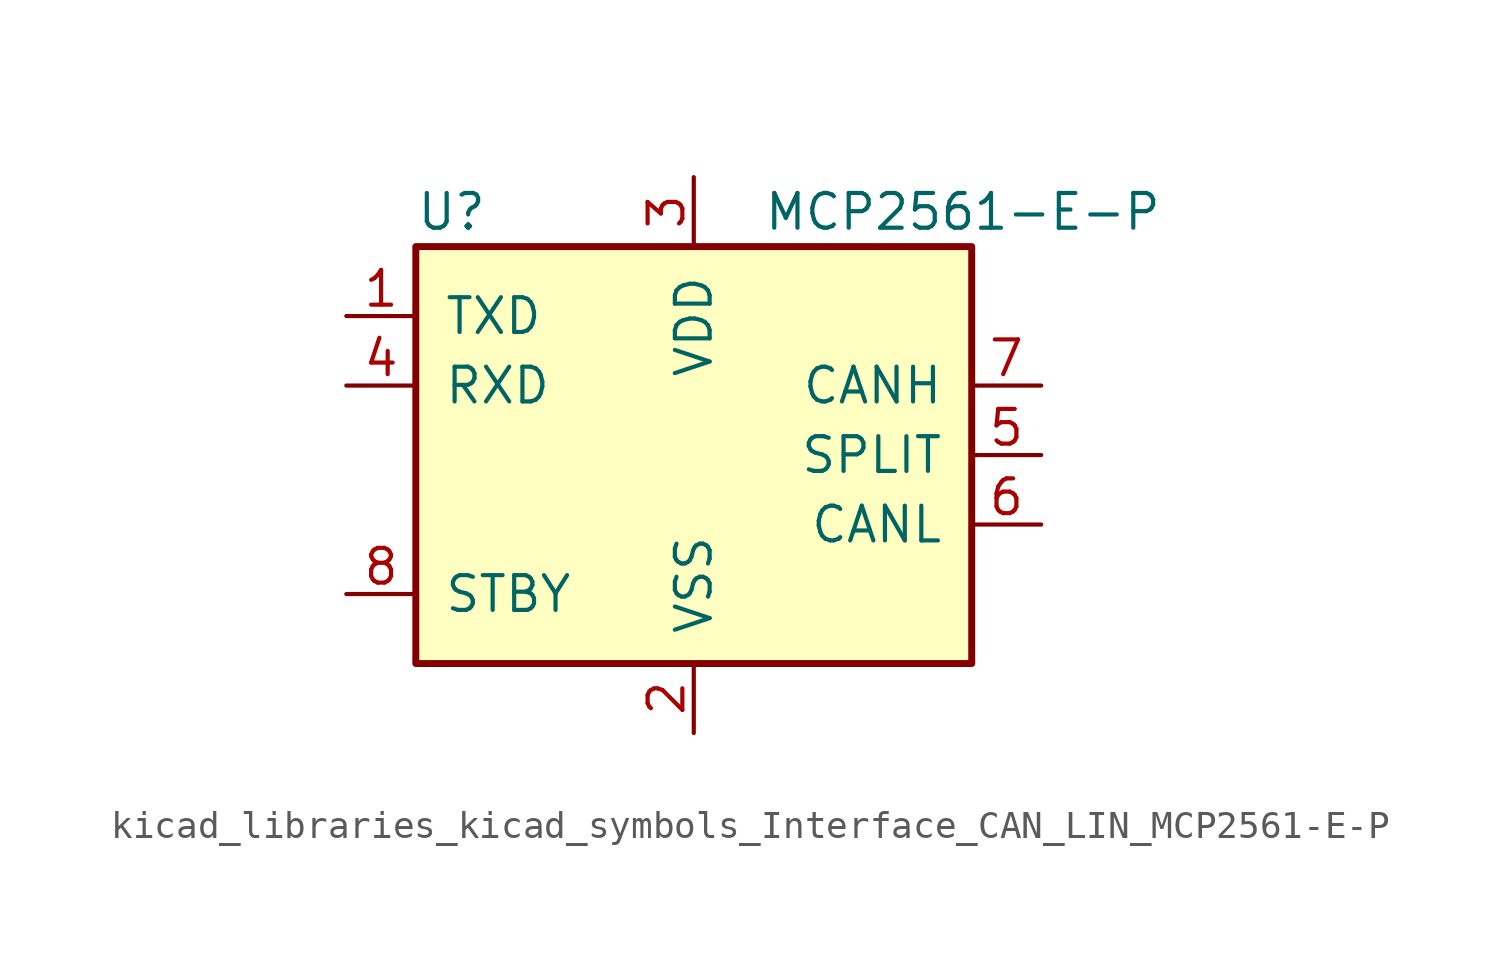
<source format=kicad_sym>
(kicad_symbol_lib
  (version 20220914)
  (generator kicad_symbol_editor)
  (symbol "kicad_libraries_kicad_symbols_Interface_CAN_LIN_MCP2561-E-P"
    (pin_names
      (offset 1.016))
    (property "Reference" "U"
      (at -10.16 8.89 0)
      (effects (font (size 1.27 1.27)) (justify left)))
    (property "Value" "MCP2561-E-P"
      (at 2.54 8.89 0)
      (effects (font (size 1.27 1.27)) (justify left)))
    (symbol "kicad_libraries_kicad_symbols_Interface_CAN_LIN_MCP2561-E-P_0_1"
      (rectangle (start -10.16 7.62) (end 10.16 -7.62) (stroke (width 0.254) (type default)) (fill (type background))))
    (symbol "kicad_libraries_kicad_symbols_Interface_CAN_LIN_MCP2561-E-P_1_1"
      (pin input line (at -12.7 5.08 0) (length 2.54) (name "TXD" (effects (font (size 1.27 1.27)))) (number "1" (effects (font (size 1.27 1.27)))))
      (pin power_in line (at 0 -10.16 90) (length 2.54) (name "VSS" (effects (font (size 1.27 1.27)))) (number "2" (effects (font (size 1.27 1.27)))))
      (pin power_in line (at 0 10.16 270) (length 2.54) (name "VDD" (effects (font (size 1.27 1.27)))) (number "3" (effects (font (size 1.27 1.27)))))
      (pin output line (at -12.7 2.54 0) (length 2.54) (name "RXD" (effects (font (size 1.27 1.27)))) (number "4" (effects (font (size 1.27 1.27)))))
      (pin passive line (at 12.7 0 180) (length 2.54) (name "SPLIT" (effects (font (size 1.27 1.27)))) (number "5" (effects (font (size 1.27 1.27)))))
      (pin bidirectional line (at 12.7 -2.54 180) (length 2.54) (name "CANL" (effects (font (size 1.27 1.27)))) (number "6" (effects (font (size 1.27 1.27)))))
      (pin bidirectional line (at 12.7 2.54 180) (length 2.54) (name "CANH" (effects (font (size 1.27 1.27)))) (number "7" (effects (font (size 1.27 1.27)))))
      (pin input line (at -12.7 -5.08 0) (length 2.54) (name "STBY" (effects (font (size 1.27 1.27)))) (number "8" (effects (font (size 1.27 1.27))))))))
</source>
